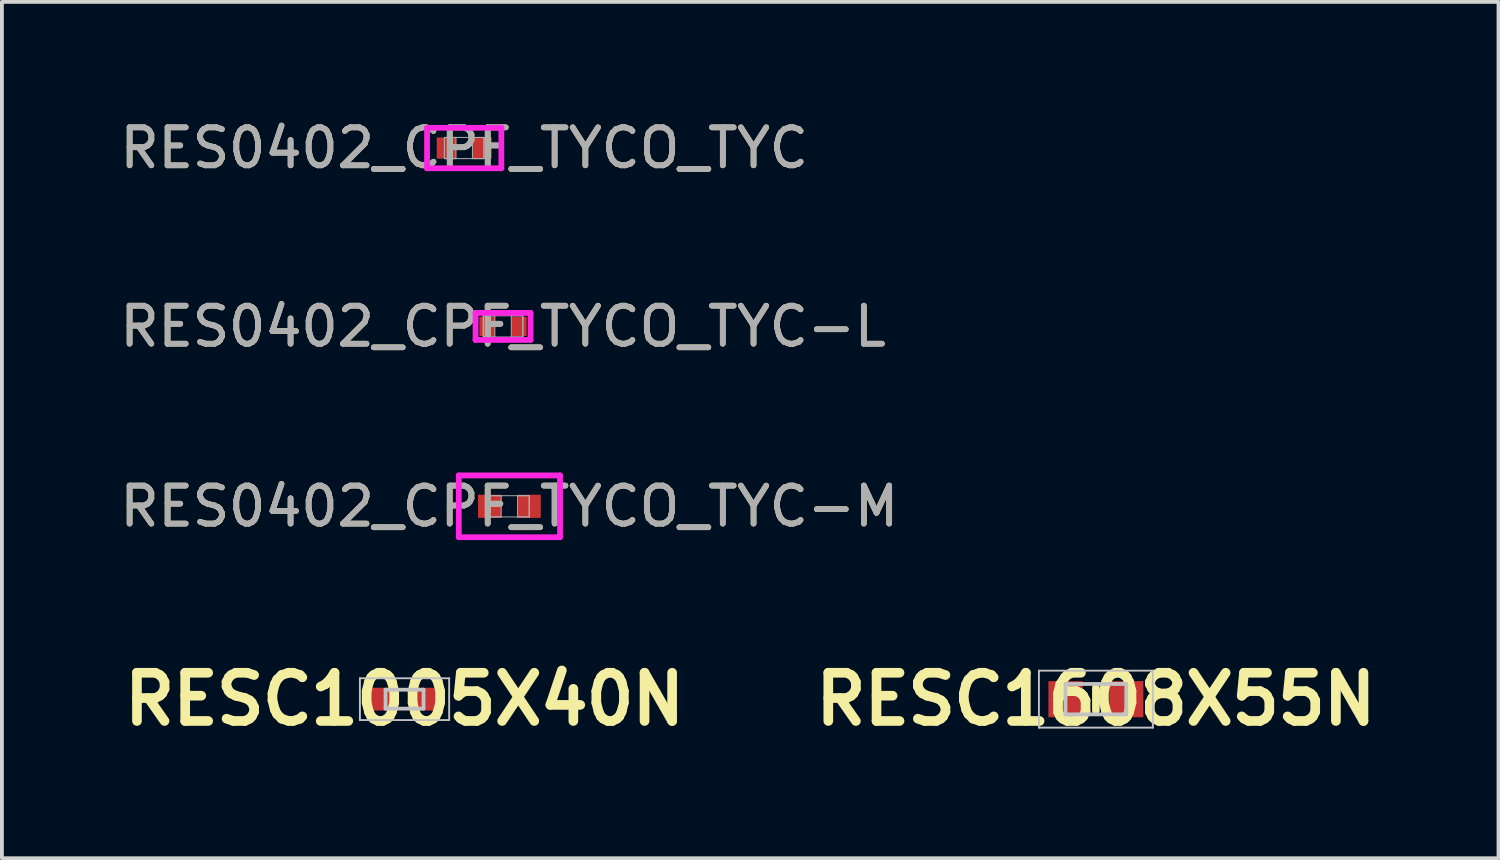
<source format=kicad_pcb>
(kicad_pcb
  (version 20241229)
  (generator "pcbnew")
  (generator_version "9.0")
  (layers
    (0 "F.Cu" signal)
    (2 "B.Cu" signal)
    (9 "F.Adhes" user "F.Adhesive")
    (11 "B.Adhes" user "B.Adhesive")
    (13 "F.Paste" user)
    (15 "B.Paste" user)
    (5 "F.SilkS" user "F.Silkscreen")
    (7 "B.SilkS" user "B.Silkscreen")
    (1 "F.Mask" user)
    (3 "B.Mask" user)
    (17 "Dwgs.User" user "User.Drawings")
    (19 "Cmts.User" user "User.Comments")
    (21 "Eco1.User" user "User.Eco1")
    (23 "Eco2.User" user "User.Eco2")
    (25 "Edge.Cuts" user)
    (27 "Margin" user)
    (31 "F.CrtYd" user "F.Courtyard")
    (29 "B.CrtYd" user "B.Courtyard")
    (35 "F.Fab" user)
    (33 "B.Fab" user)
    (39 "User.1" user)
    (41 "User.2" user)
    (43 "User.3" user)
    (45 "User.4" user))
  (footprint "RES0402_CPF_TYCO_TYC-M"
    (layer "F.Cu")
    (at 10.363 10.282)
    (property "Reference" "RES0402_CPF_TYCO_TYC-M" (at 0 0 0) (unlocked yes) (layer "F.SilkS") (effects (font (size 1 1) (thickness 0.15))))
    (attr smd)
    (fp_line (start -1.333 -0.813) (end 1.333 -0.813) (stroke (width 0.152) (type solid)) (layer "F.CrtYd"))
    (fp_line (start -1.333 0.813) (end -1.333 -0.813) (stroke (width 0.152) (type solid)) (layer "F.CrtYd"))
    (fp_line (start 1.333 -0.813) (end 1.333 0.813) (stroke (width 0.152) (type solid)) (layer "F.CrtYd"))
    (fp_line (start 1.333 0.813) (end -1.333 0.813) (stroke (width 0.152) (type solid)) (layer "F.CrtYd"))
    (fp_line (start -0.521 -0.279) (end -0.521 0.279) (stroke (width 0.025) (type solid)) (layer "F.Fab"))
    (fp_line (start -0.521 -0.279) (end -0.521 0.279) (stroke (width 0.025) (type solid)) (layer "F.Fab"))
    (fp_line (start -0.521 0.279) (end -0.216 0.279) (stroke (width 0.025) (type solid)) (layer "F.Fab"))
    (fp_line (start -0.521 0.279) (end 0.521 0.279) (stroke (width 0.025) (type solid)) (layer "F.Fab"))
    (fp_line (start -0.216 -0.279) (end -0.521 -0.279) (stroke (width 0.025) (type solid)) (layer "F.Fab"))
    (fp_line (start -0.216 0.279) (end -0.216 -0.279) (stroke (width 0.025) (type solid)) (layer "F.Fab"))
    (fp_line (start 0.216 -0.279) (end 0.216 0.279) (stroke (width 0.025) (type solid)) (layer "F.Fab"))
    (fp_line (start 0.216 0.279) (end 0.521 0.279) (stroke (width 0.025) (type solid)) (layer "F.Fab"))
    (fp_line (start 0.521 -0.279) (end -0.521 -0.279) (stroke (width 0.025) (type solid)) (layer "F.Fab"))
    (fp_line (start 0.521 -0.279) (end 0.216 -0.279) (stroke (width 0.025) (type solid)) (layer "F.Fab"))
    (fp_line (start 0.521 0.279) (end 0.521 -0.279) (stroke (width 0.025) (type solid)) (layer "F.Fab"))
    (fp_line (start 0.521 0.279) (end 0.521 -0.279) (stroke (width 0.025) (type solid)) (layer "F.Fab"))
    (fp_text user "${REFERENCE}" (at 0 0 0) (unlocked yes) (layer "F.Fab") (effects (font (size 1 1) (thickness 0.15))))
    (pad "1" smd rect (at -0.521 0) (size 0.61 0.61) (layers "F.Cu" "F.Mask" "F.Paste"))
    (pad "2" smd rect (at 0.521 0) (size 0.61 0.61) (layers "F.Cu" "F.Mask" "F.Paste"))
    (zone (net_name "") (layer "F.Cu") (hatch full 0.508) (connect_pads) (min_thickness 0.254) (filled_areas_thickness no) (keepout (tracks not_allowed) (vias not_allowed) (pads allowed) (copperpour not_allowed) (footprints allowed)) (placement (enabled no)) (fill) (polygon (pts (xy 10.198 10.053) (xy 10.528 10.053) (xy 10.528 10.511) (xy 10.198 10.511)))))
  (footprint "RESC1005X40N"
    (layer "F.Cu")
    (at 7.602 15.36)
    (property "Reference" "RESC1005X40N" (at 0 0 0) (layer "F.SilkS") (effects (font (size 1.27 1.27) (thickness 0.254))))
    (attr smd)
    (fp_line (start -1.175 -0.55) (end 1.175 -0.55) (stroke (width 0.05) (type solid)) (layer "Dwgs.User"))
    (fp_line (start -1.175 0.55) (end -1.175 -0.55) (stroke (width 0.05) (type solid)) (layer "Dwgs.User"))
    (fp_line (start -0.5 -0.25) (end 0.5 -0.25) (stroke (width 0.1) (type solid)) (layer "Dwgs.User"))
    (fp_line (start -0.5 0.25) (end -0.5 -0.25) (stroke (width 0.1) (type solid)) (layer "Dwgs.User"))
    (fp_line (start 0.5 -0.25) (end 0.5 0.25) (stroke (width 0.1) (type solid)) (layer "Dwgs.User"))
    (fp_line (start 0.5 0.25) (end -0.5 0.25) (stroke (width 0.1) (type solid)) (layer "Dwgs.User"))
    (fp_line (start 1.175 -0.55) (end 1.175 0.55) (stroke (width 0.05) (type solid)) (layer "Dwgs.User"))
    (fp_line (start 1.175 0.55) (end -1.175 0.55) (stroke (width 0.05) (type solid)) (layer "Dwgs.User"))
    (pad "1" smd rect (at -0.55 0 90) (size 0.6 0.75) (layers "F.Cu" "F.Mask" "F.Paste"))
    (pad "2" smd rect (at 0.55 0 90) (size 0.6 0.75) (layers "F.Cu" "F.Mask" "F.Paste")))
  (footprint "RESC1608X55N"
    (layer "F.Cu")
    (at 25.806 15.36)
    (property "Reference" "RESC1608X55N" (at 0 0 0) (layer "F.SilkS") (effects (font (size 1.27 1.27) (thickness 0.254))))
    (attr smd)
    (fp_line (start 0 -0.3) (end 0 0.3) (stroke (width 0.2) (type solid)) (layer "F.SilkS"))
    (fp_line (start -1.5 -0.75) (end 1.5 -0.75) (stroke (width 0.05) (type solid)) (layer "Dwgs.User"))
    (fp_line (start -1.5 0.75) (end -1.5 -0.75) (stroke (width 0.05) (type solid)) (layer "Dwgs.User"))
    (fp_line (start -0.8 -0.4) (end 0.8 -0.4) (stroke (width 0.1) (type solid)) (layer "Dwgs.User"))
    (fp_line (start -0.8 0.4) (end -0.8 -0.4) (stroke (width 0.1) (type solid)) (layer "Dwgs.User"))
    (fp_line (start 0.8 -0.4) (end 0.8 0.4) (stroke (width 0.1) (type solid)) (layer "Dwgs.User"))
    (fp_line (start 0.8 0.4) (end -0.8 0.4) (stroke (width 0.1) (type solid)) (layer "Dwgs.User"))
    (fp_line (start 1.5 -0.75) (end 1.5 0.75) (stroke (width 0.05) (type solid)) (layer "Dwgs.User"))
    (fp_line (start 1.5 0.75) (end -1.5 0.75) (stroke (width 0.05) (type solid)) (layer "Dwgs.User"))
    (pad "1" smd rect (at -0.8 0) (size 0.9 0.95) (layers "F.Cu" "F.Mask" "F.Paste"))
    (pad "2" smd rect (at 0.8 0) (size 0.9 0.95) (layers "F.Cu" "F.Mask" "F.Paste")))
  (footprint "RES0402_CPF_TYCO_TYC"
    (layer "F.Cu")
    (at 9.173 0.848)
    (property "Reference" "RES0402_CPF_TYCO_TYC" (at 0 0 0) (unlocked yes) (layer "F.SilkS") (effects (font (size 1 1) (thickness 0.15))))
    (attr smd)
    (fp_line (start -0.978 -0.533) (end 0.978 -0.533) (stroke (width 0.152) (type solid)) (layer "F.CrtYd"))
    (fp_line (start -0.978 0.533) (end -0.978 -0.533) (stroke (width 0.152) (type solid)) (layer "F.CrtYd"))
    (fp_line (start 0.978 -0.533) (end 0.978 0.533) (stroke (width 0.152) (type solid)) (layer "F.CrtYd"))
    (fp_line (start 0.978 0.533) (end -0.978 0.533) (stroke (width 0.152) (type solid)) (layer "F.CrtYd"))
    (fp_line (start -0.521 -0.279) (end -0.521 0.279) (stroke (width 0.025) (type solid)) (layer "F.Fab"))
    (fp_line (start -0.521 -0.279) (end -0.521 0.279) (stroke (width 0.025) (type solid)) (layer "F.Fab"))
    (fp_line (start -0.521 0.279) (end -0.216 0.279) (stroke (width 0.025) (type solid)) (layer "F.Fab"))
    (fp_line (start -0.521 0.279) (end 0.521 0.279) (stroke (width 0.025) (type solid)) (layer "F.Fab"))
    (fp_line (start -0.216 -0.279) (end -0.521 -0.279) (stroke (width 0.025) (type solid)) (layer "F.Fab"))
    (fp_line (start -0.216 0.279) (end -0.216 -0.279) (stroke (width 0.025) (type solid)) (layer "F.Fab"))
    (fp_line (start 0.216 -0.279) (end 0.216 0.279) (stroke (width 0.025) (type solid)) (layer "F.Fab"))
    (fp_line (start 0.216 0.279) (end 0.521 0.279) (stroke (width 0.025) (type solid)) (layer "F.Fab"))
    (fp_line (start 0.521 -0.279) (end -0.521 -0.279) (stroke (width 0.025) (type solid)) (layer "F.Fab"))
    (fp_line (start 0.521 -0.279) (end 0.216 -0.279) (stroke (width 0.025) (type solid)) (layer "F.Fab"))
    (fp_line (start 0.521 0.279) (end 0.521 -0.279) (stroke (width 0.025) (type solid)) (layer "F.Fab"))
    (fp_line (start 0.521 0.279) (end 0.521 -0.279) (stroke (width 0.025) (type solid)) (layer "F.Fab"))
    (fp_text user "${REFERENCE}" (at 0 0 0) (unlocked yes) (layer "F.Fab") (effects (font (size 1 1) (thickness 0.15))))
    (pad "1" smd rect (at -0.47 0) (size 0.508 0.559) (layers "F.Cu" "F.Mask" "F.Paste"))
    (pad "2" smd rect (at 0.47 0) (size 0.508 0.559) (layers "F.Cu" "F.Mask" "F.Paste"))
    (zone (net_name "") (layer "F.Cu") (hatch full 0.508) (connect_pads) (min_thickness 0.254) (filled_areas_thickness no) (keepout (tracks not_allowed) (vias not_allowed) (pads allowed) (copperpour not_allowed) (footprints allowed)) (placement (enabled no)) (fill) (polygon (pts (xy 9.008 0.62) (xy 9.338 0.62) (xy 9.338 1.077) (xy 9.008 1.077)))))
  (footprint "RES0402_CPF_TYCO_TYC-L"
    (layer "F.Cu")
    (at 10.196 5.545)
    (property "Reference" "RES0402_CPF_TYCO_TYC-L" (at 0 0 0) (unlocked yes) (layer "F.SilkS") (effects (font (size 1 1) (thickness 0.15))))
    (attr smd)
    (fp_line (start -0.724 -0.356) (end 0.724 -0.356) (stroke (width 0.152) (type solid)) (layer "F.CrtYd"))
    (fp_line (start -0.724 0.356) (end -0.724 -0.356) (stroke (width 0.152) (type solid)) (layer "F.CrtYd"))
    (fp_line (start 0.724 -0.356) (end 0.724 0.356) (stroke (width 0.152) (type solid)) (layer "F.CrtYd"))
    (fp_line (start 0.724 0.356) (end -0.724 0.356) (stroke (width 0.152) (type solid)) (layer "F.CrtYd"))
    (fp_line (start -0.521 -0.279) (end -0.521 0.279) (stroke (width 0.025) (type solid)) (layer "F.Fab"))
    (fp_line (start -0.521 -0.279) (end -0.521 0.279) (stroke (width 0.025) (type solid)) (layer "F.Fab"))
    (fp_line (start -0.521 0.279) (end -0.216 0.279) (stroke (width 0.025) (type solid)) (layer "F.Fab"))
    (fp_line (start -0.521 0.279) (end 0.521 0.279) (stroke (width 0.025) (type solid)) (layer "F.Fab"))
    (fp_line (start -0.216 -0.279) (end -0.521 -0.279) (stroke (width 0.025) (type solid)) (layer "F.Fab"))
    (fp_line (start -0.216 0.279) (end -0.216 -0.279) (stroke (width 0.025) (type solid)) (layer "F.Fab"))
    (fp_line (start 0.216 -0.279) (end 0.216 0.279) (stroke (width 0.025) (type solid)) (layer "F.Fab"))
    (fp_line (start 0.216 0.279) (end 0.521 0.279) (stroke (width 0.025) (type solid)) (layer "F.Fab"))
    (fp_line (start 0.521 -0.279) (end -0.521 -0.279) (stroke (width 0.025) (type solid)) (layer "F.Fab"))
    (fp_line (start 0.521 -0.279) (end 0.216 -0.279) (stroke (width 0.025) (type solid)) (layer "F.Fab"))
    (fp_line (start 0.521 0.279) (end 0.521 -0.279) (stroke (width 0.025) (type solid)) (layer "F.Fab"))
    (fp_line (start 0.521 0.279) (end 0.521 -0.279) (stroke (width 0.025) (type solid)) (layer "F.Fab"))
    (fp_text user "${REFERENCE}" (at 0 0 0) (unlocked yes) (layer "F.Fab") (effects (font (size 1 1) (thickness 0.15))))
    (pad "1" smd rect (at -0.419 0) (size 0.406 0.508) (layers "F.Cu" "F.Mask" "F.Paste"))
    (pad "2" smd rect (at 0.419 0) (size 0.406 0.508) (layers "F.Cu" "F.Mask" "F.Paste"))
    (zone (net_name "") (layer "F.Cu") (hatch full 0.508) (connect_pads) (min_thickness 0.254) (filled_areas_thickness no) (keepout (tracks not_allowed) (vias not_allowed) (pads allowed) (copperpour not_allowed) (footprints allowed)) (placement (enabled no)) (fill) (polygon (pts (xy 10.031 5.316) (xy 10.362 5.316) (xy 10.362 5.773) (xy 10.031 5.773)))))
  (gr_rect
    (start -3 -3)
    (end 36.407 19.548)
    (stroke (width 0.1) (type default))
    (fill no)
    (layer "Edge.Cuts")))
</source>
